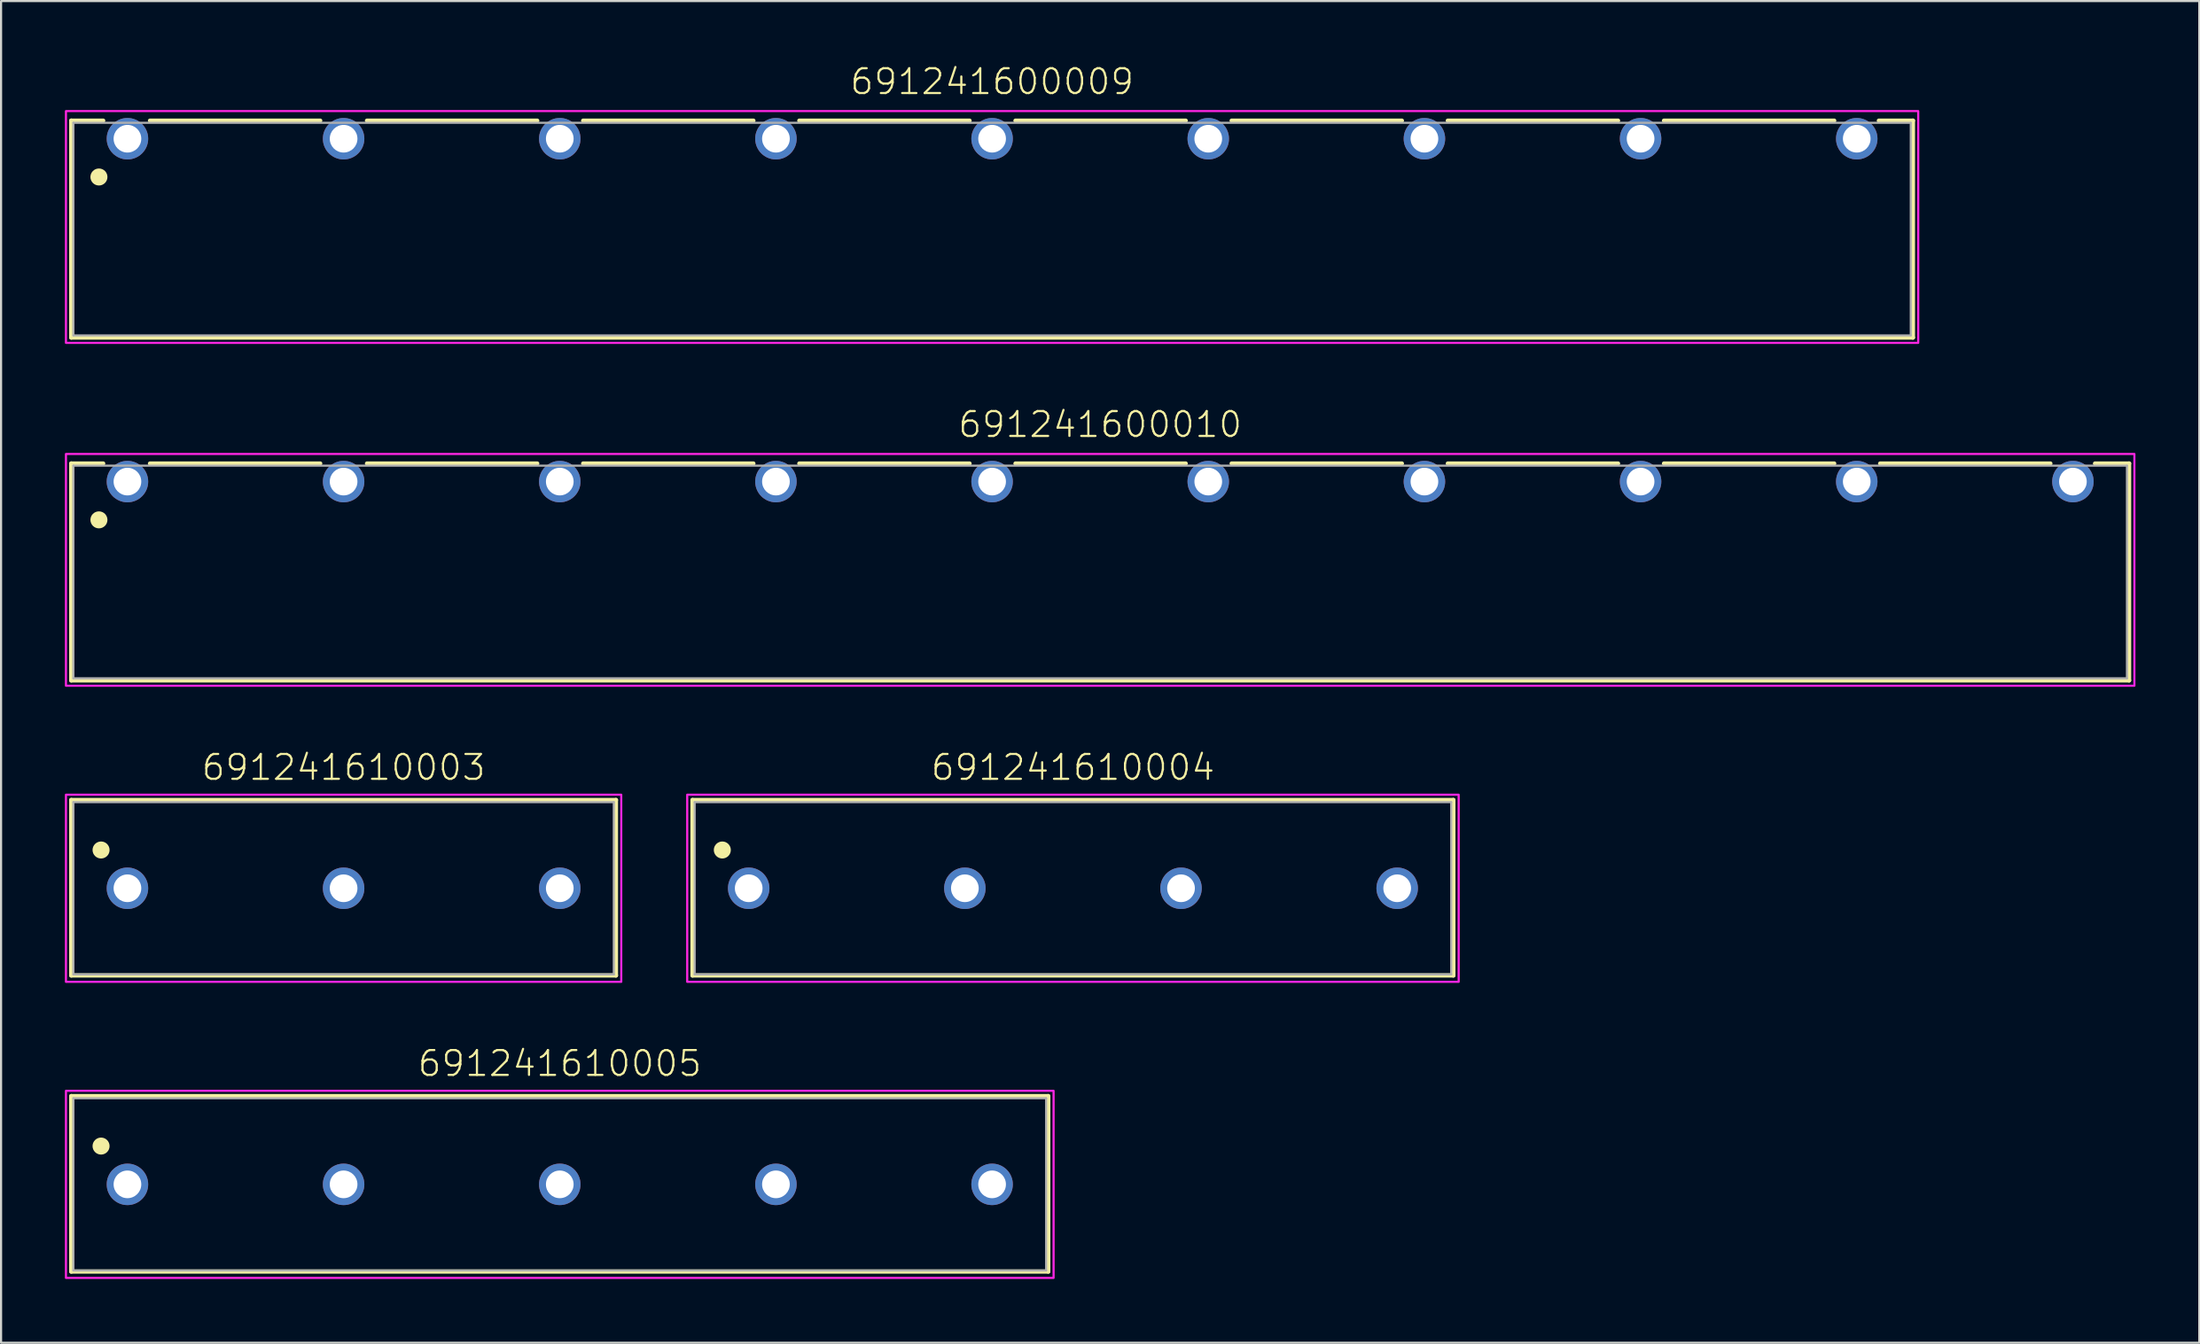
<source format=kicad_pcb>
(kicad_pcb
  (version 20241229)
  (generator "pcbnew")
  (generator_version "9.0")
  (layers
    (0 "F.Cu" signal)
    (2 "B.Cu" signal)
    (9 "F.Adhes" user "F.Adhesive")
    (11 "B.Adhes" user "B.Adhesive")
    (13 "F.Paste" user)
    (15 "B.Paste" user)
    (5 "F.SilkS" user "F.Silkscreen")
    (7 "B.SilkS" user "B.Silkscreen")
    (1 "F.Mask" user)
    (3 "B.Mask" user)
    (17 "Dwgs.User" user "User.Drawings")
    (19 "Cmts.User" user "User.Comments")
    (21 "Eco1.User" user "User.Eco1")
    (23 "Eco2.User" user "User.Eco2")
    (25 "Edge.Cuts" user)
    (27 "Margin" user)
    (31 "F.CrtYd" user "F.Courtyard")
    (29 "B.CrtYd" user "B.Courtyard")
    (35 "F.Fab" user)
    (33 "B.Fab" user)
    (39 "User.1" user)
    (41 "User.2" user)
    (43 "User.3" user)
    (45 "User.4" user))
  (footprint "691241600009"
    (layer "F.Cu")
    (at 43.58 3.473)
    (property "Reference" "691241600009" (at 0 -2 0) (unlocked yes) (layer "F.SilkS") (effects (font (size 1.168 1.168) (thickness 0.102)) (justify bottom)))
    (fp_line (start -43.28 -0.85) (end -41.78 -0.85) (stroke (width 0.2) (type solid)) (layer "F.SilkS"))
    (fp_line (start -43.28 9.35) (end -43.28 -0.85) (stroke (width 0.2) (type solid)) (layer "F.SilkS"))
    (fp_line (start -39.58 -0.85) (end -31.58 -0.85) (stroke (width 0.2) (type solid)) (layer "F.SilkS"))
    (fp_line (start -29.38 -0.85) (end -21.38 -0.85) (stroke (width 0.2) (type solid)) (layer "F.SilkS"))
    (fp_line (start -19.22 -0.85) (end -11.22 -0.85) (stroke (width 0.2) (type solid)) (layer "F.SilkS"))
    (fp_line (start -9.06 -0.85) (end -1.06 -0.85) (stroke (width 0.2) (type solid)) (layer "F.SilkS"))
    (fp_line (start 1.1 -0.85) (end 9.1 -0.85) (stroke (width 0.2) (type solid)) (layer "F.SilkS"))
    (fp_line (start 11.26 -0.85) (end 19.26 -0.85) (stroke (width 0.2) (type solid)) (layer "F.SilkS"))
    (fp_line (start 21.42 -0.85) (end 29.42 -0.85) (stroke (width 0.2) (type solid)) (layer "F.SilkS"))
    (fp_line (start 31.58 -0.85) (end 39.58 -0.85) (stroke (width 0.2) (type solid)) (layer "F.SilkS"))
    (fp_line (start 41.68 -0.85) (end 43.28 -0.85) (stroke (width 0.2) (type solid)) (layer "F.SilkS"))
    (fp_line (start 43.28 -0.85) (end 43.28 9.35) (stroke (width 0.2) (type solid)) (layer "F.SilkS"))
    (fp_line (start 43.28 9.35) (end -43.28 9.35) (stroke (width 0.2) (type solid)) (layer "F.SilkS"))
    (fp_circle (center -41.98 1.8) (end -41.78 1.8) (stroke (width 0.4) (type solid)) (fill no) (layer "F.SilkS"))
    (fp_poly (pts (xy 43.53 9.6) (xy -43.53 9.6) (xy -43.53 -1.3) (xy 43.53 -1.3)) (stroke (width 0.1) (type default)) (fill no) (layer "F.CrtYd"))
    (fp_line (start -43.18 -0.75) (end 43.18 -0.75) (stroke (width 0.1) (type solid)) (layer "F.Fab"))
    (fp_line (start -43.18 9.25) (end -43.18 -0.75) (stroke (width 0.1) (type solid)) (layer "F.Fab"))
    (fp_line (start 43.18 -0.75) (end 43.18 9.25) (stroke (width 0.1) (type solid)) (layer "F.Fab"))
    (fp_line (start 43.18 9.25) (end -43.18 9.25) (stroke (width 0.1) (type solid)) (layer "F.Fab"))
    (pad "1" thru_hole circle (at -40.64 0) (size 1.95 1.95) (drill 1.3) (layers "*.Cu" "*.Mask"))
    (pad "2" thru_hole circle (at -30.48 0) (size 1.95 1.95) (drill 1.3) (layers "*.Cu" "*.Mask"))
    (pad "3" thru_hole circle (at -20.32 0) (size 1.95 1.95) (drill 1.3) (layers "*.Cu" "*.Mask"))
    (pad "4" thru_hole circle (at -10.16 0) (size 1.95 1.95) (drill 1.3) (layers "*.Cu" "*.Mask"))
    (pad "5" thru_hole circle (at 0 0) (size 1.95 1.95) (drill 1.3) (layers "*.Cu" "*.Mask"))
    (pad "6" thru_hole circle (at 10.16 0) (size 1.95 1.95) (drill 1.3) (layers "*.Cu" "*.Mask"))
    (pad "7" thru_hole circle (at 20.32 0) (size 1.95 1.95) (drill 1.3) (layers "*.Cu" "*.Mask"))
    (pad "8" thru_hole circle (at 30.48 0) (size 1.95 1.95) (drill 1.3) (layers "*.Cu" "*.Mask"))
    (pad "9" thru_hole circle (at 40.64 0) (size 1.95 1.95) (drill 1.3) (layers "*.Cu" "*.Mask")))
  (footprint "691241610004"
    (layer "F.Cu")
    (at 47.38 38.72)
    (property "Reference" "691241610004" (at 0 -5 0) (unlocked yes) (layer "F.SilkS") (effects (font (size 1.168 1.168) (thickness 0.102)) (justify bottom)))
    (fp_line (start -17.88 -4.15) (end 17.88 -4.15) (stroke (width 0.2) (type solid)) (layer "F.SilkS"))
    (fp_line (start -17.88 4.1) (end -17.88 -4.15) (stroke (width 0.2) (type solid)) (layer "F.SilkS"))
    (fp_line (start 17.88 -4.15) (end 17.88 4.1) (stroke (width 0.2) (type solid)) (layer "F.SilkS"))
    (fp_line (start 17.88 4.1) (end -17.88 4.1) (stroke (width 0.2) (type solid)) (layer "F.SilkS"))
    (fp_circle (center -16.48 -1.8) (end -16.28 -1.8) (stroke (width 0.4) (type solid)) (fill no) (layer "F.SilkS"))
    (fp_poly (pts (xy 18.13 4.4) (xy -18.13 4.4) (xy -18.13 -4.4) (xy 18.13 -4.4)) (stroke (width 0.1) (type default)) (fill no) (layer "F.CrtYd"))
    (fp_line (start -17.78 -4.05) (end 17.78 -4.05) (stroke (width 0.1) (type solid)) (layer "F.Fab"))
    (fp_line (start -17.78 4.05) (end -17.78 -4.05) (stroke (width 0.1) (type solid)) (layer "F.Fab"))
    (fp_line (start 17.78 -4.05) (end 17.78 4.05) (stroke (width 0.1) (type solid)) (layer "F.Fab"))
    (fp_line (start 17.78 4.05) (end -17.78 4.05) (stroke (width 0.1) (type solid)) (layer "F.Fab"))
    (pad "1" thru_hole circle (at -15.24 0) (size 1.95 1.95) (drill 1.3) (layers "*.Cu" "*.Mask"))
    (pad "2" thru_hole circle (at -5.08 0) (size 1.95 1.95) (drill 1.3) (layers "*.Cu" "*.Mask"))
    (pad "3" thru_hole circle (at 5.08 0) (size 1.95 1.95) (drill 1.3) (layers "*.Cu" "*.Mask"))
    (pad "4" thru_hole circle (at 15.24 0) (size 1.95 1.95) (drill 1.3) (layers "*.Cu" "*.Mask")))
  (footprint "691241610003"
    (layer "F.Cu")
    (at 13.1 38.72)
    (property "Reference" "691241610003" (at 0 -5 0) (unlocked yes) (layer "F.SilkS") (effects (font (size 1.168 1.168) (thickness 0.102)) (justify bottom)))
    (fp_line (start -12.8 -4.15) (end 12.8 -4.15) (stroke (width 0.2) (type solid)) (layer "F.SilkS"))
    (fp_line (start -12.8 4.1) (end -12.8 -4.15) (stroke (width 0.2) (type solid)) (layer "F.SilkS"))
    (fp_line (start 12.8 -4.15) (end 12.8 4.1) (stroke (width 0.2) (type solid)) (layer "F.SilkS"))
    (fp_line (start 12.8 4.1) (end -12.8 4.1) (stroke (width 0.2) (type solid)) (layer "F.SilkS"))
    (fp_circle (center -11.4 -1.8) (end -11.2 -1.8) (stroke (width 0.4) (type solid)) (fill no) (layer "F.SilkS"))
    (fp_poly (pts (xy 13.05 4.4) (xy -13.05 4.4) (xy -13.05 -4.4) (xy 13.05 -4.4)) (stroke (width 0.1) (type default)) (fill no) (layer "F.CrtYd"))
    (fp_line (start -12.7 -4.05) (end 12.7 -4.05) (stroke (width 0.1) (type solid)) (layer "F.Fab"))
    (fp_line (start -12.7 4.05) (end -12.7 -4.05) (stroke (width 0.1) (type solid)) (layer "F.Fab"))
    (fp_line (start 12.7 -4.05) (end 12.7 4.05) (stroke (width 0.1) (type solid)) (layer "F.Fab"))
    (fp_line (start 12.7 4.05) (end -12.7 4.05) (stroke (width 0.1) (type solid)) (layer "F.Fab"))
    (pad "1" thru_hole circle (at -10.16 0) (size 1.95 1.95) (drill 1.3) (layers "*.Cu" "*.Mask"))
    (pad "2" thru_hole circle (at 0 0) (size 1.95 1.95) (drill 1.3) (layers "*.Cu" "*.Mask"))
    (pad "3" thru_hole circle (at 10.16 0) (size 1.95 1.95) (drill 1.3) (layers "*.Cu" "*.Mask")))
  (footprint "691241610005"
    (layer "F.Cu")
    (at 23.26 52.643)
    (property "Reference" "691241610005" (at 0 -5 0) (unlocked yes) (layer "F.SilkS") (effects (font (size 1.168 1.168) (thickness 0.102)) (justify bottom)))
    (fp_line (start -22.96 -4.15) (end 22.96 -4.15) (stroke (width 0.2) (type solid)) (layer "F.SilkS"))
    (fp_line (start -22.96 4.1) (end -22.96 -4.15) (stroke (width 0.2) (type solid)) (layer "F.SilkS"))
    (fp_line (start 22.96 -4.15) (end 22.96 4.1) (stroke (width 0.2) (type solid)) (layer "F.SilkS"))
    (fp_line (start 22.96 4.1) (end -22.96 4.1) (stroke (width 0.2) (type solid)) (layer "F.SilkS"))
    (fp_circle (center -21.56 -1.8) (end -21.36 -1.8) (stroke (width 0.4) (type solid)) (fill no) (layer "F.SilkS"))
    (fp_poly (pts (xy 23.21 4.4) (xy -23.21 4.4) (xy -23.21 -4.4) (xy 23.21 -4.4)) (stroke (width 0.1) (type default)) (fill no) (layer "F.CrtYd"))
    (fp_line (start -22.86 -4.05) (end 22.86 -4.05) (stroke (width 0.1) (type solid)) (layer "F.Fab"))
    (fp_line (start -22.86 4.05) (end -22.86 -4.05) (stroke (width 0.1) (type solid)) (layer "F.Fab"))
    (fp_line (start 22.86 -4.05) (end 22.86 4.05) (stroke (width 0.1) (type solid)) (layer "F.Fab"))
    (fp_line (start 22.86 4.05) (end -22.86 4.05) (stroke (width 0.1) (type solid)) (layer "F.Fab"))
    (pad "1" thru_hole circle (at -20.32 0) (size 1.95 1.95) (drill 1.3) (layers "*.Cu" "*.Mask"))
    (pad "2" thru_hole circle (at -10.16 0) (size 1.95 1.95) (drill 1.3) (layers "*.Cu" "*.Mask"))
    (pad "3" thru_hole circle (at 0 0) (size 1.95 1.95) (drill 1.3) (layers "*.Cu" "*.Mask"))
    (pad "4" thru_hole circle (at 10.16 0) (size 1.95 1.95) (drill 1.3) (layers "*.Cu" "*.Mask"))
    (pad "5" thru_hole circle (at 20.32 0) (size 1.95 1.95) (drill 1.3) (layers "*.Cu" "*.Mask")))
  (footprint "691241600010"
    (layer "F.Cu")
    (at 48.66 19.596)
    (property "Reference" "691241600010" (at 0 -2 0) (unlocked yes) (layer "F.SilkS") (effects (font (size 1.168 1.168) (thickness 0.102)) (justify bottom)))
    (fp_line (start -48.36 -0.85) (end -46.86 -0.85) (stroke (width 0.2) (type solid)) (layer "F.SilkS"))
    (fp_line (start -48.36 9.35) (end -48.36 -0.85) (stroke (width 0.2) (type solid)) (layer "F.SilkS"))
    (fp_line (start -44.66 -0.85) (end -36.66 -0.85) (stroke (width 0.2) (type solid)) (layer "F.SilkS"))
    (fp_line (start -34.46 -0.85) (end -26.46 -0.85) (stroke (width 0.2) (type solid)) (layer "F.SilkS"))
    (fp_line (start -24.3 -0.85) (end -16.3 -0.85) (stroke (width 0.2) (type solid)) (layer "F.SilkS"))
    (fp_line (start -14.14 -0.85) (end -6.14 -0.85) (stroke (width 0.2) (type solid)) (layer "F.SilkS"))
    (fp_line (start -3.98 -0.85) (end 4.02 -0.85) (stroke (width 0.2) (type solid)) (layer "F.SilkS"))
    (fp_line (start 6.18 -0.85) (end 14.18 -0.85) (stroke (width 0.2) (type solid)) (layer "F.SilkS"))
    (fp_line (start 16.34 -0.85) (end 24.34 -0.85) (stroke (width 0.2) (type solid)) (layer "F.SilkS"))
    (fp_line (start 26.5 -0.85) (end 34.5 -0.85) (stroke (width 0.2) (type solid)) (layer "F.SilkS"))
    (fp_line (start 36.66 -0.85) (end 44.66 -0.85) (stroke (width 0.2) (type solid)) (layer "F.SilkS"))
    (fp_line (start 46.76 -0.85) (end 48.36 -0.85) (stroke (width 0.2) (type solid)) (layer "F.SilkS"))
    (fp_line (start 48.36 -0.85) (end 48.36 9.35) (stroke (width 0.2) (type solid)) (layer "F.SilkS"))
    (fp_line (start 48.36 9.35) (end -48.36 9.35) (stroke (width 0.2) (type solid)) (layer "F.SilkS"))
    (fp_circle (center -47.06 1.8) (end -46.86 1.8) (stroke (width 0.4) (type solid)) (fill no) (layer "F.SilkS"))
    (fp_poly (pts (xy 48.61 9.6) (xy -48.61 9.6) (xy -48.61 -1.3) (xy 48.61 -1.3)) (stroke (width 0.1) (type default)) (fill no) (layer "F.CrtYd"))
    (fp_line (start -48.26 -0.75) (end 48.26 -0.75) (stroke (width 0.1) (type solid)) (layer "F.Fab"))
    (fp_line (start -48.26 9.25) (end -48.26 -0.75) (stroke (width 0.1) (type solid)) (layer "F.Fab"))
    (fp_line (start 48.26 -0.75) (end 48.26 9.25) (stroke (width 0.1) (type solid)) (layer "F.Fab"))
    (fp_line (start 48.26 9.25) (end -48.26 9.25) (stroke (width 0.1) (type solid)) (layer "F.Fab"))
    (pad "1" thru_hole circle (at -45.72 0) (size 1.95 1.95) (drill 1.3) (layers "*.Cu" "*.Mask"))
    (pad "2" thru_hole circle (at -35.56 0) (size 1.95 1.95) (drill 1.3) (layers "*.Cu" "*.Mask"))
    (pad "3" thru_hole circle (at -25.4 0) (size 1.95 1.95) (drill 1.3) (layers "*.Cu" "*.Mask"))
    (pad "4" thru_hole circle (at -15.24 0) (size 1.95 1.95) (drill 1.3) (layers "*.Cu" "*.Mask"))
    (pad "5" thru_hole circle (at -5.08 0) (size 1.95 1.95) (drill 1.3) (layers "*.Cu" "*.Mask"))
    (pad "6" thru_hole circle (at 5.08 0) (size 1.95 1.95) (drill 1.3) (layers "*.Cu" "*.Mask"))
    (pad "7" thru_hole circle (at 15.24 0) (size 1.95 1.95) (drill 1.3) (layers "*.Cu" "*.Mask"))
    (pad "8" thru_hole circle (at 25.4 0) (size 1.95 1.95) (drill 1.3) (layers "*.Cu" "*.Mask"))
    (pad "9" thru_hole circle (at 35.56 0) (size 1.95 1.95) (drill 1.3) (layers "*.Cu" "*.Mask"))
    (pad "10" thru_hole circle (at 45.72 0) (size 1.95 1.95) (drill 1.3) (layers "*.Cu" "*.Mask")))
  (gr_rect
    (start -3 -3)
    (end 100.32 60.093)
    (stroke (width 0.1) (type default))
    (fill no)
    (layer "Edge.Cuts")))
</source>
